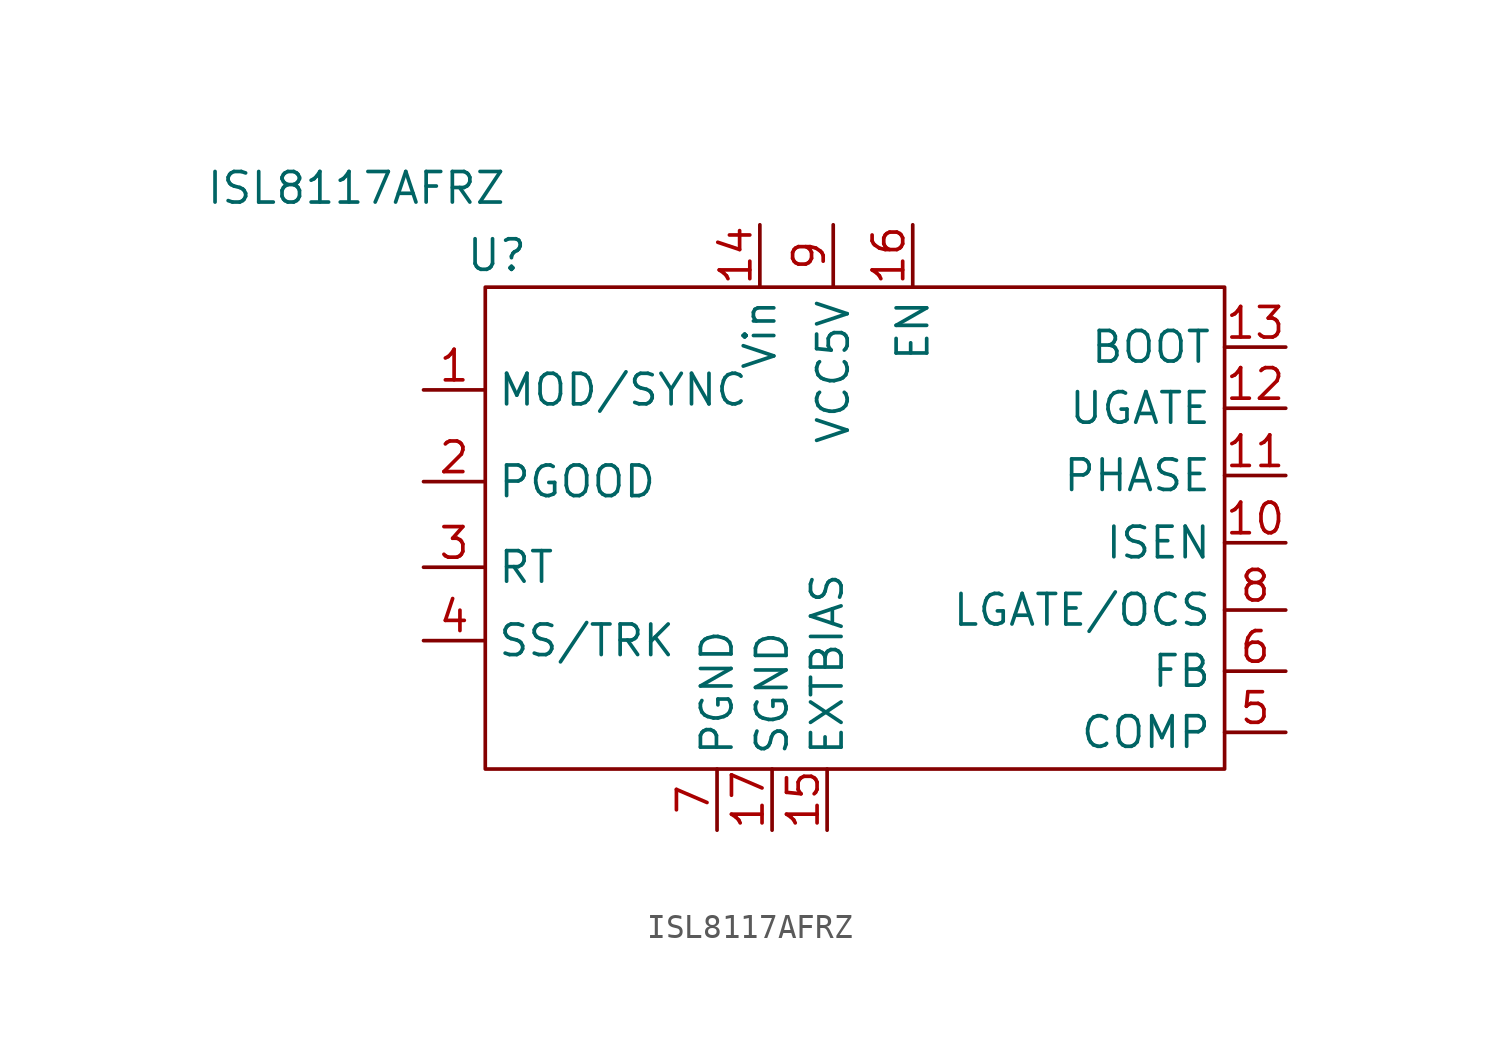
<source format=kicad_sym>
(kicad_symbol_lib
  (version 20211014)
  (generator kicad_symbol_editor)
  (symbol "ISL8117AFRZ"
    (power)
    (property "Reference" "U"
      (at -11.938 11.43 0)
      (effects (font (size 1.27 1.27))))
    (property "Value" "ISL8117AFRZ"
      (at -17.78 14.224 0)
      (effects (font (size 1.27 1.27))))
    (symbol "ISL8117AFRZ_0_1"
      (rectangle (start -12.421 10.109) (end 18.288 -9.906) (stroke (width 0) (type default) (color 0 0 0 0)) (fill (type none))))
    (symbol "ISL8117AFRZ_1_1"
      (pin input line (at -14.986 5.842 0) (length 2.54) (name "MOD/SYNC" (effects (font (size 1.27 1.27)))) (number "1" (effects (font (size 1.27 1.27)))))
      (pin power_in line (at 20.828 -0.508 180) (length 2.54) (name "ISEN" (effects (font (size 1.27 1.27)))) (number "10" (effects (font (size 1.27 1.27)))))
      (pin output line (at 20.828 2.286 180) (length 2.54) (name "PHASE" (effects (font (size 1.27 1.27)))) (number "11" (effects (font (size 1.27 1.27)))))
      (pin output line (at 20.828 5.08 180) (length 2.54) (name "UGATE" (effects (font (size 1.27 1.27)))) (number "12" (effects (font (size 1.27 1.27)))))
      (pin output line (at 20.828 7.62 180) (length 2.54) (name "BOOT" (effects (font (size 1.27 1.27)))) (number "13" (effects (font (size 1.27 1.27)))))
      (pin power_in line (at -1.016 12.7 270) (length 2.54) (name "Vin" (effects (font (size 1.27 1.27)))) (number "14" (effects (font (size 1.27 1.27)))))
      (pin power_in line (at 1.778 -12.446 90) (length 2.54) (name "EXTBIAS" (effects (font (size 1.27 1.27)))) (number "15" (effects (font (size 1.27 1.27)))))
      (pin power_in line (at 5.334 12.7 270) (length 2.54) (name "EN" (effects (font (size 1.27 1.27)))) (number "16" (effects (font (size 1.27 1.27)))))
      (pin power_out line (at -0.508 -12.446 90) (length 2.54) (name "SGND" (effects (font (size 1.27 1.27)))) (number "17" (effects (font (size 1.27 1.27)))))
      (pin input line (at -14.986 2.032 0) (length 2.54) (name "PGOOD" (effects (font (size 1.27 1.27)))) (number "2" (effects (font (size 1.27 1.27)))))
      (pin input line (at -14.986 -1.524 0) (length 2.54) (name "RT" (effects (font (size 1.27 1.27)))) (number "3" (effects (font (size 1.27 1.27)))))
      (pin input line (at -14.986 -4.572 0) (length 2.54) (name "SS/TRK" (effects (font (size 1.27 1.27)))) (number "4" (effects (font (size 1.27 1.27)))))
      (pin power_out line (at 20.828 -8.382 180) (length 2.54) (name "COMP" (effects (font (size 1.27 1.27)))) (number "5" (effects (font (size 1.27 1.27)))))
      (pin power_in line (at 20.828 -5.842 180) (length 2.54) (name "FB" (effects (font (size 1.27 1.27)))) (number "6" (effects (font (size 1.27 1.27)))))
      (pin power_out line (at -2.794 -12.446 90) (length 2.54) (name "PGND" (effects (font (size 1.27 1.27)))) (number "7" (effects (font (size 1.27 1.27)))))
      (pin output line (at 20.828 -3.302 180) (length 2.54) (name "LGATE/OCS" (effects (font (size 1.27 1.27)))) (number "8" (effects (font (size 1.27 1.27)))))
      (pin power_in line (at 2.032 12.7 270) (length 2.54) (name "VCC5V" (effects (font (size 1.27 1.27)))) (number "9" (effects (font (size 1.27 1.27))))))))
</source>
